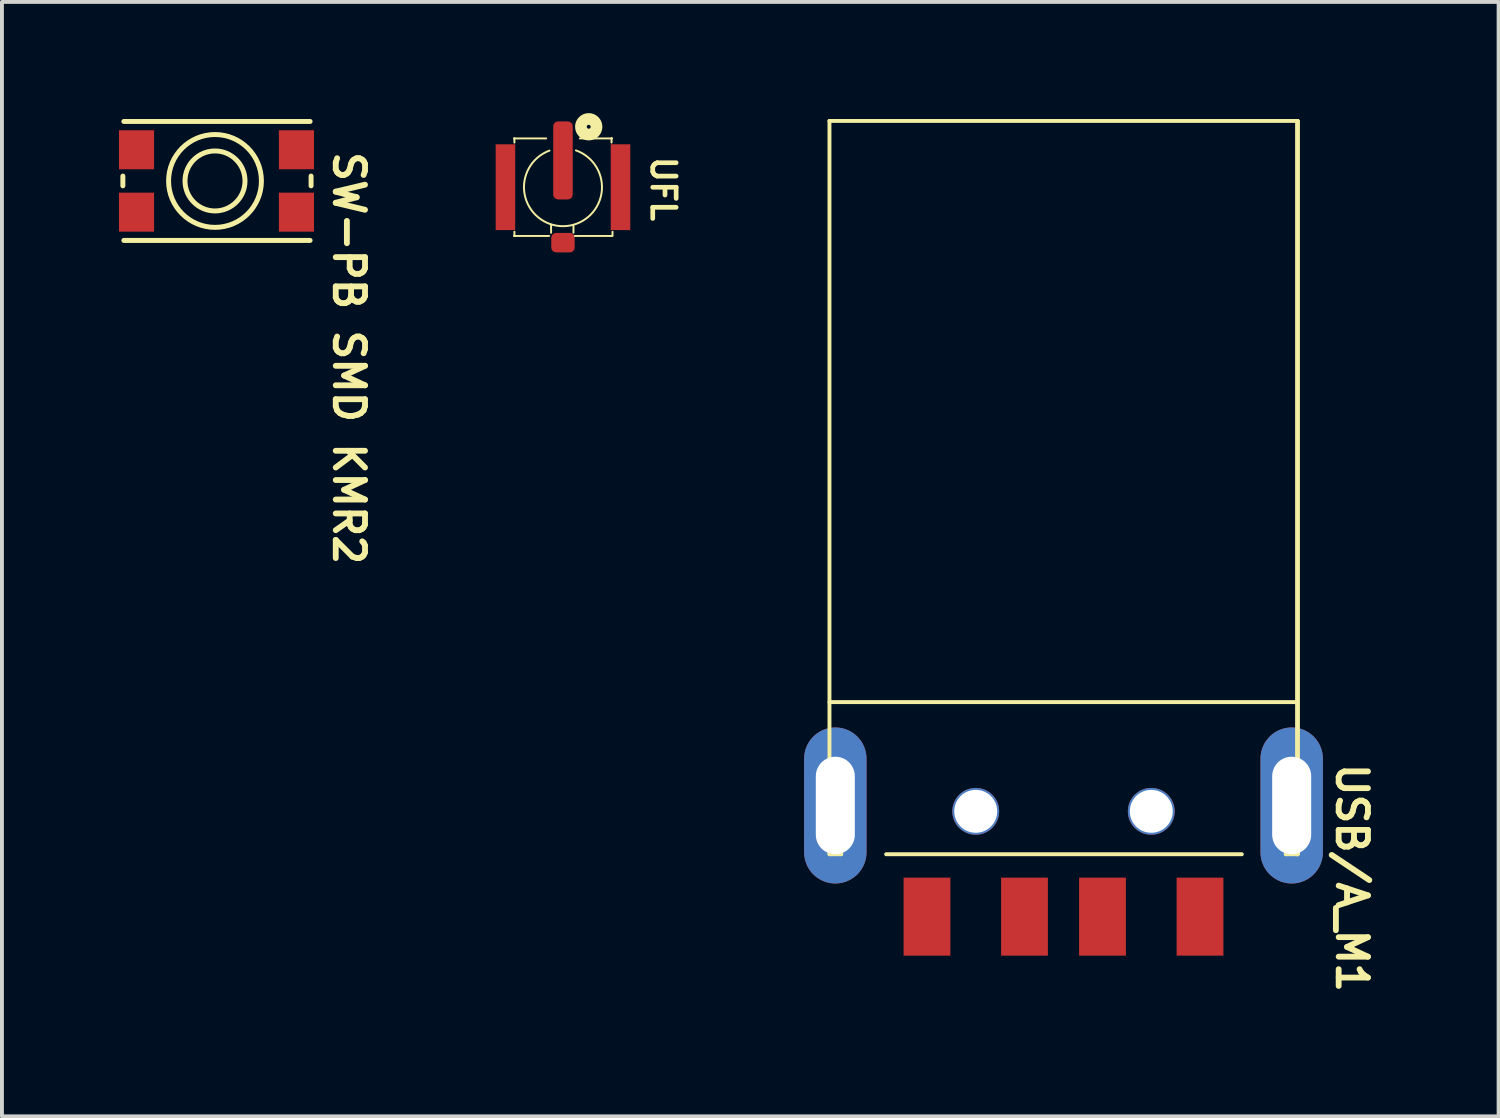
<source format=kicad_pcb>
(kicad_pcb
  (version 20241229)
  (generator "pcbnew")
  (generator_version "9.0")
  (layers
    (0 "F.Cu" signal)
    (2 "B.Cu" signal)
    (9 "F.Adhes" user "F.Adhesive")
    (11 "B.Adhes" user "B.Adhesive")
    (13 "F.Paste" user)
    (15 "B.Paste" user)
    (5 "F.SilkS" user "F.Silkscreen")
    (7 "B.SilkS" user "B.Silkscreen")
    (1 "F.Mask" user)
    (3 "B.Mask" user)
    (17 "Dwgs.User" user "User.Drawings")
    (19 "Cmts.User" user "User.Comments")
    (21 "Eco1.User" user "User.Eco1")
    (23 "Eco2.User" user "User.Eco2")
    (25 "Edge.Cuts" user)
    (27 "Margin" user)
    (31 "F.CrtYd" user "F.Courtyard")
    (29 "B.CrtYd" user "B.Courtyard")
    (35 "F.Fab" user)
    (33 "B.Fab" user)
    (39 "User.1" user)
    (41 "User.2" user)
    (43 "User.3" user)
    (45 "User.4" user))
  (footprint "USB{slash}A_M1"
    (layer "F.Cu")
    (at 24.215 18.85)
    (property "Reference" "USB{slash}A_M1" (at 6.955 -2.401 270) (unlocked yes) (layer "F.SilkS") (effects (font (size 0.75 0.75) (thickness 0.15)) (justify left bottom)))
    (fp_line (start -6 -18.8) (end -6 0) (stroke (width 0.1) (type solid)) (layer "F.SilkS"))
    (fp_line (start -6 -18.8) (end 6 -18.8) (stroke (width 0.1) (type solid)) (layer "F.SilkS"))
    (fp_line (start -6 -3.9) (end 5.949 -3.9) (stroke (width 0.1) (type solid)) (layer "F.SilkS"))
    (fp_line (start -6 0) (end -5.7 0) (stroke (width 0.1) (type solid)) (layer "F.SilkS"))
    (fp_line (start -5.956 -2) (end -5.7 -2) (stroke (width 0.1) (type solid)) (layer "F.SilkS"))
    (fp_line (start -5.7 -2) (end -5.7 0) (stroke (width 0.1) (type solid)) (layer "F.SilkS"))
    (fp_line (start -4.547 0) (end 4.572 0) (stroke (width 0.1) (type solid)) (layer "F.SilkS"))
    (fp_line (start 5.7 -2) (end 5.7 0) (stroke (width 0.1) (type solid)) (layer "F.SilkS"))
    (fp_line (start 5.7 -2) (end 5.981 -2) (stroke (width 0.1) (type solid)) (layer "F.SilkS"))
    (fp_line (start 5.7 0) (end 6 0) (stroke (width 0.1) (type solid)) (layer "F.SilkS"))
    (fp_line (start 6 -18.8) (end 6 0) (stroke (width 0.1) (type solid)) (layer "F.SilkS"))
    (fp_line (start 6 -18.8) (end 6 0) (stroke (width 0.1) (type solid)) (layer "F.SilkS"))
    (fp_line (start 6 -18.8) (end 6 0) (stroke (width 0.1) (type solid)) (layer "F.SilkS"))
    (fp_line (start 6 -18.8) (end 6 0) (stroke (width 0.1) (type solid)) (layer "F.SilkS"))
    (pad "0" thru_hole circle (at -2.25 -1.1) (size 1.2 1.2) (drill 1.1) (layers "*.Cu" "*.Mask"))
    (pad "0" thru_hole circle (at 2.25 -1.1) (size 1.2 1.2) (drill 1.1) (layers "*.Cu" "*.Mask"))
    (pad "1" smd rect (at -3.5 1.6) (size 1.2 2) (layers "F.Cu" "F.Mask" "F.Paste"))
    (pad "2" smd rect (at -1 1.6) (size 1.2 2) (layers "F.Cu" "F.Mask" "F.Paste"))
    (pad "3" smd rect (at 1 1.6) (size 1.2 2) (layers "F.Cu" "F.Mask" "F.Paste"))
    (pad "4" smd rect (at 3.5 1.6) (size 1.2 2) (layers "F.Cu" "F.Mask" "F.Paste"))
    (pad "5" thru_hole oval (at -5.85 -1.25) (size 1.6 4) (drill oval 1 2.5) (layers "*.Cu" "*.Mask"))
    (pad "5" thru_hole oval (at 5.85 -1.25) (size 1.6 4) (drill oval 1 2.5) (layers "*.Cu" "*.Mask")))
  (footprint "UFL"
    (layer "F.Cu")
    (at 11.383 1.749)
    (property "Reference" "UFL" (at 2.222 -0.849 270) (unlocked yes) (layer "F.SilkS") (effects (font (size 0.6 0.6) (thickness 0.12)) (justify left bottom)))
    (fp_line (start -1.25 -1.25) (end -1.245 -1.25) (stroke (width 0.05) (type solid)) (layer "F.SilkS"))
    (fp_line (start -1.25 -1.25) (end -0.432 -1.25) (stroke (width 0.05) (type solid)) (layer "F.SilkS"))
    (fp_line (start -1.25 1.25) (end -1.245 1.25) (stroke (width 0.05) (type solid)) (layer "F.SilkS"))
    (fp_line (start -1.25 1.25) (end -0.356 1.25) (stroke (width 0.05) (type solid)) (layer "F.SilkS"))
    (fp_line (start -1.245 -1.25) (end -1.245 -1.143) (stroke (width 0.05) (type solid)) (layer "F.SilkS"))
    (fp_line (start -1.245 1.143) (end -1.245 1.25) (stroke (width 0.05) (type solid)) (layer "F.SilkS"))
    (fp_line (start -0.305 0.965) (end -0.305 1.168) (stroke (width 0.05) (type solid)) (layer "F.SilkS"))
    (fp_line (start 0.269 0.991) (end 0.269 1.168) (stroke (width 0.05) (type solid)) (layer "F.SilkS"))
    (fp_line (start 0.305 1.25) (end 1.25 1.25) (stroke (width 0.05) (type solid)) (layer "F.SilkS"))
    (fp_line (start 0.432 -1.25) (end 1.25 -1.25) (stroke (width 0.05) (type solid)) (layer "F.SilkS"))
    (fp_line (start 1.245 -1.25) (end 1.245 -1.143) (stroke (width 0.05) (type solid)) (layer "F.SilkS"))
    (fp_line (start 1.245 -1.25) (end 1.25 -1.25) (stroke (width 0.05) (type solid)) (layer "F.SilkS"))
    (fp_line (start 1.245 -1.25) (end 1.25 -1.25) (stroke (width 0.05) (type solid)) (layer "F.SilkS"))
    (fp_line (start 1.27 1.143) (end 1.27 1.25) (stroke (width 0.05) (type solid)) (layer "F.SilkS"))
    (fp_arc (start 0.331486 -0.94346) (mid 0.007556 0.999971) (end -0.345705 -0.938343) (stroke (width 0.05) (type solid)) (layer "F.SilkS"))
    (fp_circle (center 0.66 -1.549) (end 0.71 -1.549) (stroke (width 0.3) (type solid)) (fill no) (layer "F.SilkS"))
    (pad "1" smd roundrect (at 0 -0.686 180) (size 0.5 2) (layers "F.Cu" "F.Mask" "F.Paste") (roundrect_rratio 0.25))
    (pad "2" smd rect (at -1.475 0 180) (size 0.5 2.2) (layers "F.Cu" "F.Mask" "F.Paste"))
    (pad "2" smd roundrect (at 0 1.422 180) (size 0.6 0.5) (layers "F.Cu" "F.Mask" "F.Paste") (roundrect_rratio 0.25))
    (pad "2" smd rect (at 1.475 0 180) (size 0.5 2.2) (layers "F.Cu" "F.Mask" "F.Paste")))
  (footprint "SW-PB SMD KMR2"
    (layer "F.Cu")
    (at 2.5 1.589)
    (property "Reference" "SW-PB SMD KMR2" (at 2.958 -0.824 270) (unlocked yes) (layer "F.SilkS") (effects (font (size 0.75 0.75) (thickness 0.15)) (justify left bottom)))
    (fp_line (start -2.4 -0.125) (end -2.4 0.125) (stroke (width 0.127) (type solid)) (layer "F.SilkS"))
    (fp_line (start 2.4 -1.525) (end -2.375 -1.525) (stroke (width 0.127) (type solid)) (layer "F.SilkS"))
    (fp_line (start 2.4 1.525) (end -2.375 1.525) (stroke (width 0.127) (type solid)) (layer "F.SilkS"))
    (fp_line (start 2.425 -0.125) (end 2.425 0.125) (stroke (width 0.127) (type solid)) (layer "F.SilkS"))
    (fp_circle (center -0.038 0) (end -0.038 0.769) (stroke (width 0.127) (type solid)) (fill no) (layer "F.SilkS"))
    (fp_circle (center -0.038 0) (end -0.038 1.19) (stroke (width 0.127) (type solid)) (fill no) (layer "F.SilkS"))
    (pad "1" smd rect (at -2.05 -0.8) (size 0.9 1) (layers "F.Cu" "F.Mask" "F.Paste"))
    (pad "1" smd rect (at 2.05 -0.8) (size 0.9 1) (layers "F.Cu" "F.Mask" "F.Paste"))
    (pad "2" smd rect (at -2.05 0.8) (size 0.9 1) (layers "F.Cu" "F.Mask" "F.Paste"))
    (pad "2" smd rect (at 2.05 0.8) (size 0.9 1) (layers "F.Cu" "F.Mask" "F.Paste")))
  (gr_rect
    (start -3 -3)
    (end 35.37 25.57)
    (stroke (width 0.1) (type default))
    (fill no)
    (layer "Edge.Cuts")))
</source>
